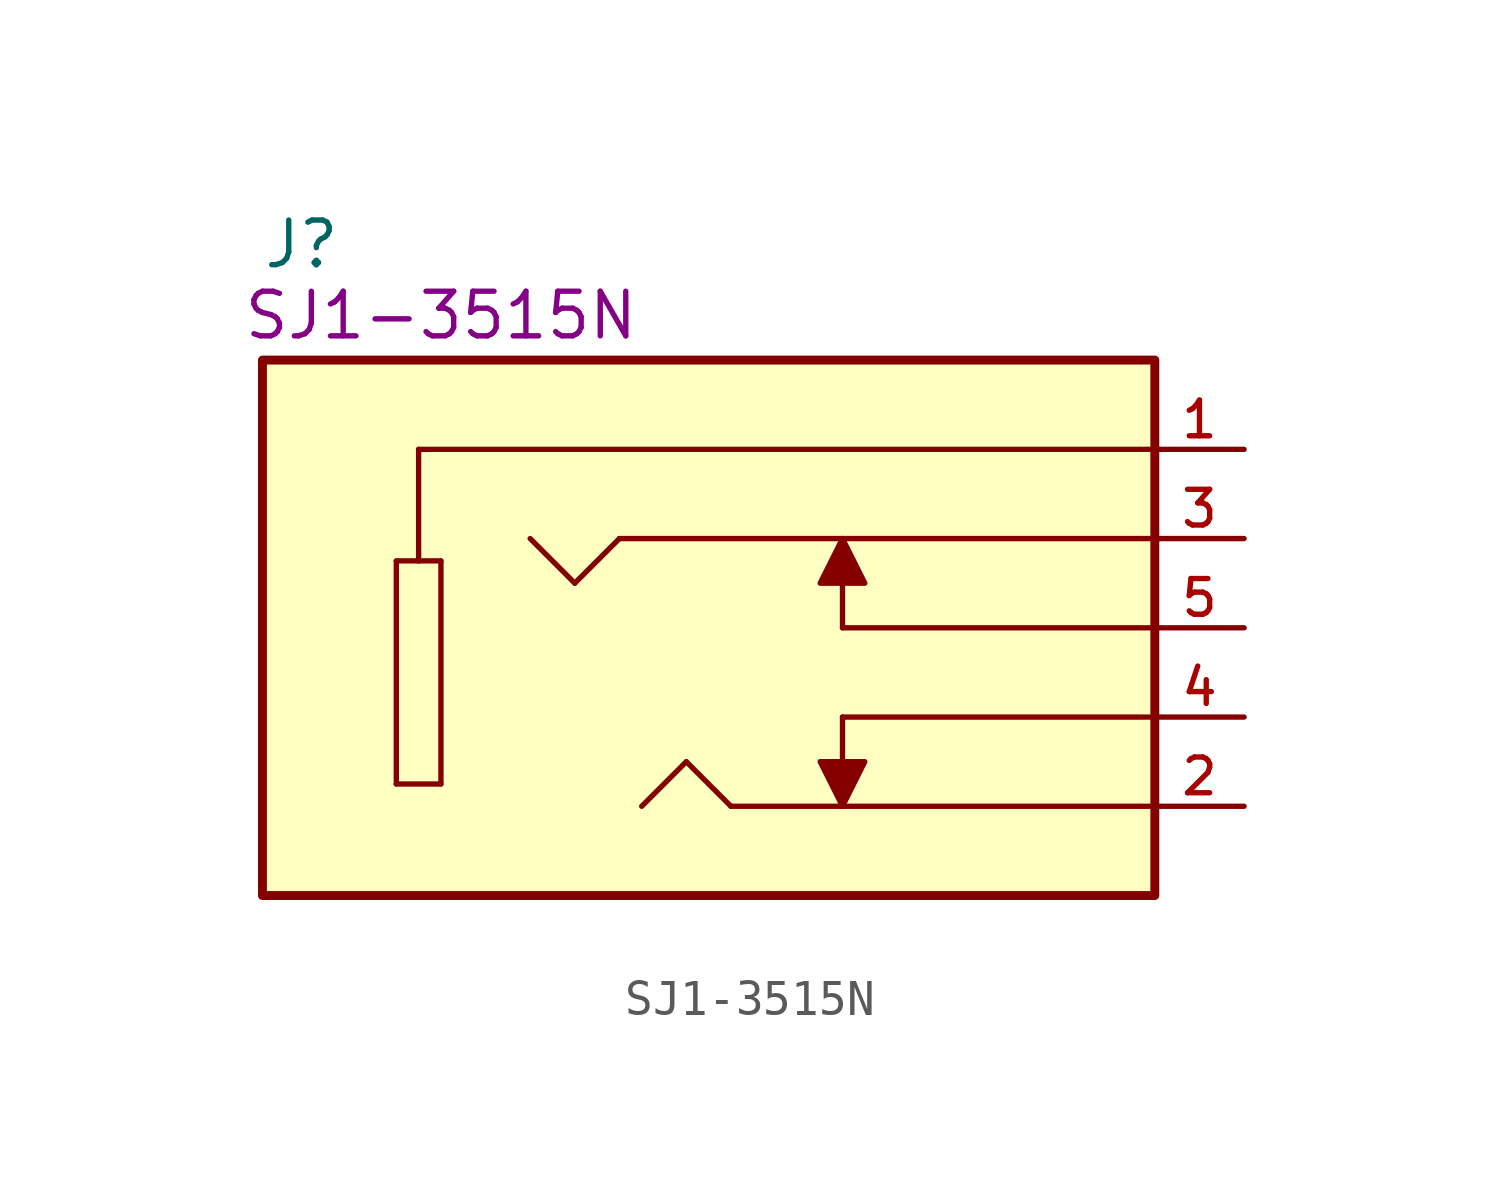
<source format=kicad_sym>
(kicad_symbol_lib
  (version 20241209)
  (generator "kicad_symbol_editor")
  (generator_version "9.0")
  (symbol "SJ1-3515N"
    (pin_names
      (offset 1.016))
    (property "Reference" "J"
      (at -27.957 5.093 0)
      (effects (font (size 1.27 1.27)) (justify left bottom)))
    (property "PartNumber" "SJ1-3515N"
      (at -22.86 3.81 0)
      (effects (font (size 1.27 1.27))))
    (symbol "SJ1-3515N_0_0"
      (rectangle (start -27.94 -12.7) (end -2.54 2.54) (stroke (width 0.254) (type default)) (fill (type background)))
      (polyline (pts (xy -24.13 -3.175) (xy -24.13 -9.525)) (stroke (width 0.152) (type default)) (fill (type none)))
      (polyline (pts (xy -24.13 -9.525) (xy -22.86 -9.525)) (stroke (width 0.152) (type default)) (fill (type none)))
      (polyline (pts (xy -23.495 0) (xy -23.495 -3.175)) (stroke (width 0.152) (type default)) (fill (type none)))
      (polyline (pts (xy -23.495 -3.175) (xy -24.13 -3.175)) (stroke (width 0.152) (type default)) (fill (type none)))
      (polyline (pts (xy -22.86 -3.175) (xy -23.495 -3.175)) (stroke (width 0.152) (type default)) (fill (type none)))
      (polyline (pts (xy -22.86 -9.525) (xy -22.86 -3.175)) (stroke (width 0.152) (type default)) (fill (type none)))
      (polyline (pts (xy -19.05 -3.81) (xy -20.32 -2.54)) (stroke (width 0.152) (type default)) (fill (type none)))
      (polyline (pts (xy -17.78 -2.54) (xy -19.05 -3.81)) (stroke (width 0.152) (type default)) (fill (type none)))
      (polyline (pts (xy -15.875 -8.89) (xy -17.145 -10.16)) (stroke (width 0.152) (type default)) (fill (type none)))
      (polyline (pts (xy -14.605 -10.16) (xy -15.875 -8.89)) (stroke (width 0.152) (type default)) (fill (type none)))
      (polyline (pts (xy -11.43 -2.54) (xy -17.78 -2.54)) (stroke (width 0.152) (type default)) (fill (type none)))
      (polyline (pts (xy -11.43 -2.54) (xy -12.065 -3.81) (xy -10.795 -3.81) (xy -11.43 -2.54)) (stroke (width 0.152) (type default)) (fill (type outline)))
      (polyline (pts (xy -11.43 -5.08) (xy -11.43 -2.54)) (stroke (width 0.152) (type default)) (fill (type none)))
      (polyline (pts (xy -11.43 -7.62) (xy -11.43 -10.16)) (stroke (width 0.152) (type default)) (fill (type none)))
      (polyline (pts (xy -11.43 -10.16) (xy -14.605 -10.16)) (stroke (width 0.152) (type default)) (fill (type none)))
      (polyline (pts (xy -11.43 -10.16) (xy -12.065 -8.89) (xy -10.795 -8.89) (xy -11.43 -10.16)) (stroke (width 0.152) (type default)) (fill (type outline)))
      (polyline (pts (xy -2.54 0) (xy -23.495 0)) (stroke (width 0.152) (type default)) (fill (type none)))
      (polyline (pts (xy -2.54 -2.54) (xy -11.43 -2.54)) (stroke (width 0.152) (type default)) (fill (type none)))
      (polyline (pts (xy -2.54 -5.08) (xy -11.43 -5.08)) (stroke (width 0.152) (type default)) (fill (type none)))
      (polyline (pts (xy -2.54 -7.62) (xy -11.43 -7.62)) (stroke (width 0.152) (type default)) (fill (type none)))
      (polyline (pts (xy -2.54 -10.16) (xy -11.43 -10.16)) (stroke (width 0.152) (type default)) (fill (type none))))
    (symbol "SJ1-3515N_1_0"
      (pin passive line (at 0 0 180) (length 2.54) (name "~" (effects (font (size 1.016 1.016)))) (number "1" (effects (font (size 1.016 1.016)))))
      (pin passive line (at 0 -2.54 180) (length 2.54) (name "~" (effects (font (size 1.016 1.016)))) (number "3" (effects (font (size 1.016 1.016)))))
      (pin passive line (at 0 -5.08 180) (length 2.54) (name "~" (effects (font (size 1.016 1.016)))) (number "5" (effects (font (size 1.016 1.016)))))
      (pin passive line (at 0 -7.62 180) (length 2.54) (name "~" (effects (font (size 1.016 1.016)))) (number "4" (effects (font (size 1.016 1.016)))))
      (pin passive line (at 0 -10.16 180) (length 2.54) (name "~" (effects (font (size 1.016 1.016)))) (number "2" (effects (font (size 1.016 1.016))))))))
</source>
